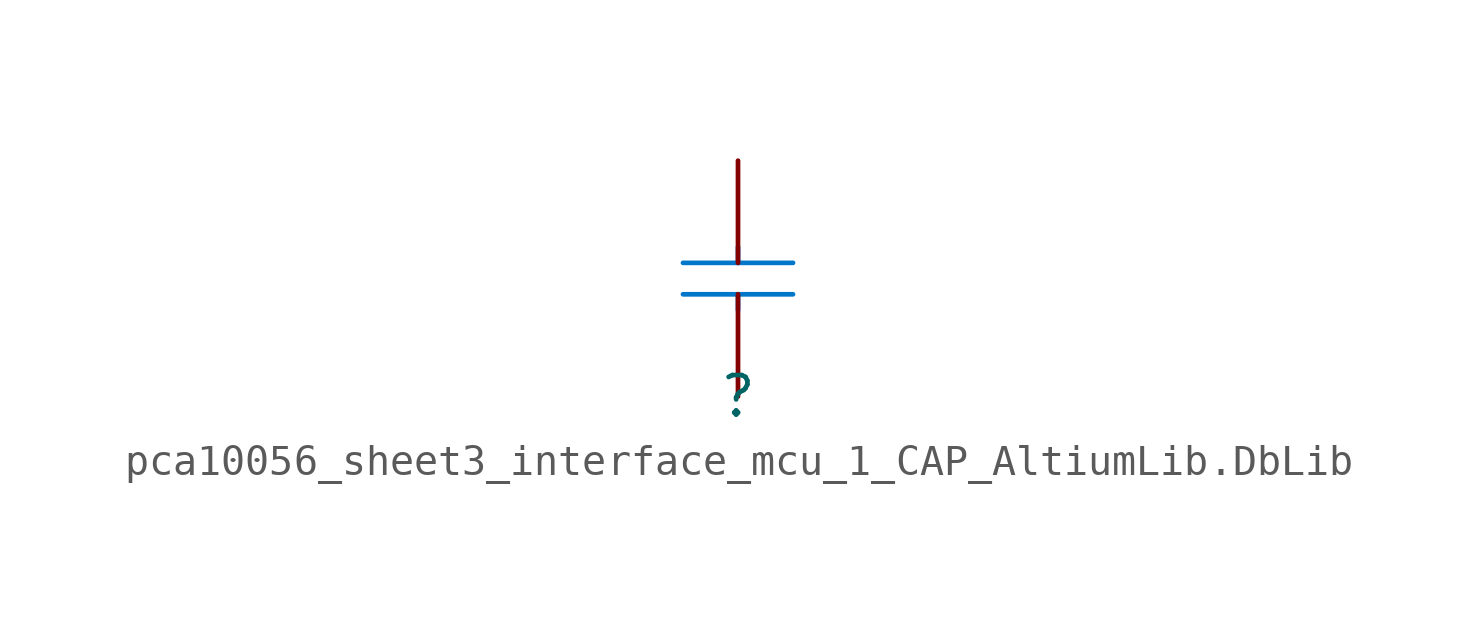
<source format=kicad_sym>
(kicad_symbol_lib
  (version 20241209)
  (generator "kicad_symbol_editor")
  (generator_version "9.0")
  (symbol "pca10056_sheet3_interface_mcu_1_CAP_AltiumLib.DbLib"
    (pin_numbers
      (hide yes))
    (pin_names
      (hide yes))
    (property "Reference" ""
      (at 0 0 0)
      (effects (font (size 1.27 1.27))))
    (property "Value" ""
      (at 0 0 0)
      (effects (font (size 1.27 1.27))))
    (symbol "pca10056_sheet3_interface_mcu_1_CAP_AltiumLib.DbLib_1_0"
      (polyline (pts (xy 0 4.318) (xy 0 4.826)) (stroke (width 0) (type solid) (color 0 119 200 1)) (fill (type none)))
      (polyline (pts (xy 0 3.302) (xy 0 2.794)) (stroke (width 0) (type solid) (color 0 119 200 1)) (fill (type none)))
      (polyline (pts (xy 1.778 4.318) (xy -1.778 4.318)) (stroke (width 0) (type solid) (color 0 119 200 1)) (fill (type none)))
      (polyline (pts (xy 1.778 3.302) (xy -1.778 3.302)) (stroke (width 0) (type solid) (color 0 119 200 1)) (fill (type none)))
      (pin passive line (at 0 7.62 270) (length 3.302) (name "2" (effects (font (size 1.27 1.27)))) (number "2" (effects (font (size 1.27 1.27)))))
      (pin passive line (at 0 0 90) (length 3.302) (name "1" (effects (font (size 1.27 1.27)))) (number "1" (effects (font (size 1.27 1.27))))))))
</source>
